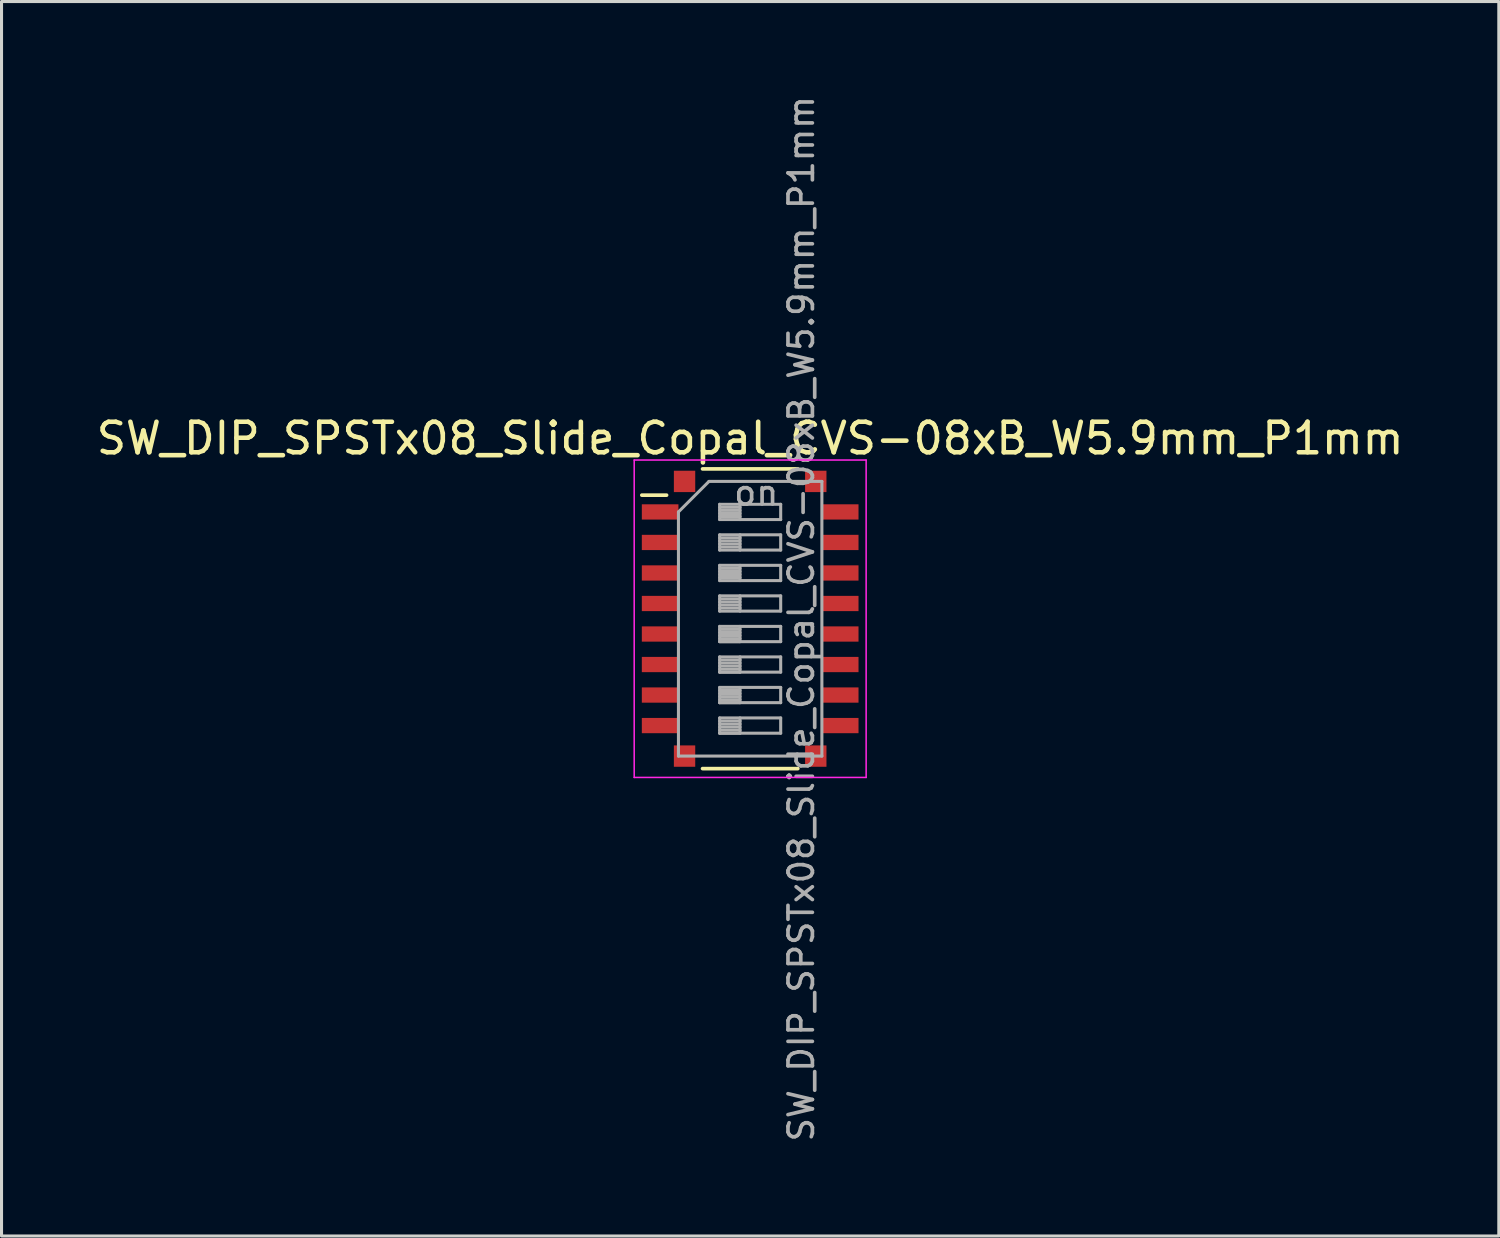
<source format=kicad_pcb>
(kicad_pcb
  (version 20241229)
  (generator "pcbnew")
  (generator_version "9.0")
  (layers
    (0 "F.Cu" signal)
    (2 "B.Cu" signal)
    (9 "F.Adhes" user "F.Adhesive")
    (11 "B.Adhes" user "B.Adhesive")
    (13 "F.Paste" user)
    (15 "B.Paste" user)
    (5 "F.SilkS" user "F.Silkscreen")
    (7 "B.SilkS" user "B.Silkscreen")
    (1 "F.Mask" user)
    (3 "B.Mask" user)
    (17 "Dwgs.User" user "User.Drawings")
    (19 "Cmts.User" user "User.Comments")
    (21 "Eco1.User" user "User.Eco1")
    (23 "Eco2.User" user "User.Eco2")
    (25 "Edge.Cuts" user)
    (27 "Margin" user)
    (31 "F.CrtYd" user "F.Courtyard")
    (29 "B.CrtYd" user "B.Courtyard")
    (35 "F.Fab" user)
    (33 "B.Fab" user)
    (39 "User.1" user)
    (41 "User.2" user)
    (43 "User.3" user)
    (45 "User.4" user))
  (footprint "SW_DIP_SPSTx08_Slide_Copal_CVS-08xB_W5.9mm_P1mm"
    (layer "F.Cu")
    (at 21.53 17.224)
    (property "Reference" "SW_DIP_SPSTx08_Slide_Copal_CVS-08xB_W5.9mm_P1mm" (at 0 -5.91 0) (layer "F.SilkS") (effects (font (size 1 1) (thickness 0.15))))
    (attr smd)
    (fp_line (start -3.55 -4.05) (end -2.739 -4.05) (stroke (width 0.12) (type solid)) (layer "F.SilkS"))
    (fp_line (start -1.56 -4.91) (end 1.561 -4.91) (stroke (width 0.12) (type solid)) (layer "F.SilkS"))
    (fp_line (start -1.56 4.91) (end 1.561 4.91) (stroke (width 0.12) (type solid)) (layer "F.SilkS"))
    (fp_line (start -3.8 -5.2) (end -3.8 5.2) (stroke (width 0.05) (type solid)) (layer "F.CrtYd"))
    (fp_line (start -3.8 5.2) (end 3.8 5.2) (stroke (width 0.05) (type solid)) (layer "F.CrtYd"))
    (fp_line (start 3.8 -5.2) (end -3.8 -5.2) (stroke (width 0.05) (type solid)) (layer "F.CrtYd"))
    (fp_line (start 3.8 5.2) (end 3.8 -5.2) (stroke (width 0.05) (type solid)) (layer "F.CrtYd"))
    (fp_line (start -2.35 -3.5) (end -1.35 -4.5) (stroke (width 0.1) (type solid)) (layer "F.Fab"))
    (fp_line (start -2.35 4.5) (end -2.35 -3.5) (stroke (width 0.1) (type solid)) (layer "F.Fab"))
    (fp_line (start -1.35 -4.5) (end 2.35 -4.5) (stroke (width 0.1) (type solid)) (layer "F.Fab"))
    (fp_line (start -1 -3.75) (end -1 -3.25) (stroke (width 0.1) (type solid)) (layer "F.Fab"))
    (fp_line (start -1 -3.65) (end -0.333 -3.65) (stroke (width 0.1) (type solid)) (layer "F.Fab"))
    (fp_line (start -1 -3.55) (end -0.333 -3.55) (stroke (width 0.1) (type solid)) (layer "F.Fab"))
    (fp_line (start -1 -3.45) (end -0.333 -3.45) (stroke (width 0.1) (type solid)) (layer "F.Fab"))
    (fp_line (start -1 -3.35) (end -0.333 -3.35) (stroke (width 0.1) (type solid)) (layer "F.Fab"))
    (fp_line (start -1 -3.25) (end 1 -3.25) (stroke (width 0.1) (type solid)) (layer "F.Fab"))
    (fp_line (start -1 -2.75) (end -1 -2.25) (stroke (width 0.1) (type solid)) (layer "F.Fab"))
    (fp_line (start -1 -2.65) (end -0.333 -2.65) (stroke (width 0.1) (type solid)) (layer "F.Fab"))
    (fp_line (start -1 -2.55) (end -0.333 -2.55) (stroke (width 0.1) (type solid)) (layer "F.Fab"))
    (fp_line (start -1 -2.45) (end -0.333 -2.45) (stroke (width 0.1) (type solid)) (layer "F.Fab"))
    (fp_line (start -1 -2.35) (end -0.333 -2.35) (stroke (width 0.1) (type solid)) (layer "F.Fab"))
    (fp_line (start -1 -2.25) (end 1 -2.25) (stroke (width 0.1) (type solid)) (layer "F.Fab"))
    (fp_line (start -1 -1.75) (end -1 -1.25) (stroke (width 0.1) (type solid)) (layer "F.Fab"))
    (fp_line (start -1 -1.65) (end -0.333 -1.65) (stroke (width 0.1) (type solid)) (layer "F.Fab"))
    (fp_line (start -1 -1.55) (end -0.333 -1.55) (stroke (width 0.1) (type solid)) (layer "F.Fab"))
    (fp_line (start -1 -1.45) (end -0.333 -1.45) (stroke (width 0.1) (type solid)) (layer "F.Fab"))
    (fp_line (start -1 -1.35) (end -0.333 -1.35) (stroke (width 0.1) (type solid)) (layer "F.Fab"))
    (fp_line (start -1 -1.25) (end 1 -1.25) (stroke (width 0.1) (type solid)) (layer "F.Fab"))
    (fp_line (start -1 -0.75) (end -1 -0.25) (stroke (width 0.1) (type solid)) (layer "F.Fab"))
    (fp_line (start -1 -0.65) (end -0.333 -0.65) (stroke (width 0.1) (type solid)) (layer "F.Fab"))
    (fp_line (start -1 -0.55) (end -0.333 -0.55) (stroke (width 0.1) (type solid)) (layer "F.Fab"))
    (fp_line (start -1 -0.45) (end -0.333 -0.45) (stroke (width 0.1) (type solid)) (layer "F.Fab"))
    (fp_line (start -1 -0.35) (end -0.333 -0.35) (stroke (width 0.1) (type solid)) (layer "F.Fab"))
    (fp_line (start -1 -0.25) (end 1 -0.25) (stroke (width 0.1) (type solid)) (layer "F.Fab"))
    (fp_line (start -1 0.25) (end -1 0.75) (stroke (width 0.1) (type solid)) (layer "F.Fab"))
    (fp_line (start -1 0.35) (end -0.333 0.35) (stroke (width 0.1) (type solid)) (layer "F.Fab"))
    (fp_line (start -1 0.45) (end -0.333 0.45) (stroke (width 0.1) (type solid)) (layer "F.Fab"))
    (fp_line (start -1 0.55) (end -0.333 0.55) (stroke (width 0.1) (type solid)) (layer "F.Fab"))
    (fp_line (start -1 0.65) (end -0.333 0.65) (stroke (width 0.1) (type solid)) (layer "F.Fab"))
    (fp_line (start -1 0.75) (end -0.333 0.75) (stroke (width 0.1) (type solid)) (layer "F.Fab"))
    (fp_line (start -1 0.75) (end 1 0.75) (stroke (width 0.1) (type solid)) (layer "F.Fab"))
    (fp_line (start -1 1.25) (end -1 1.75) (stroke (width 0.1) (type solid)) (layer "F.Fab"))
    (fp_line (start -1 1.35) (end -0.333 1.35) (stroke (width 0.1) (type solid)) (layer "F.Fab"))
    (fp_line (start -1 1.45) (end -0.333 1.45) (stroke (width 0.1) (type solid)) (layer "F.Fab"))
    (fp_line (start -1 1.55) (end -0.333 1.55) (stroke (width 0.1) (type solid)) (layer "F.Fab"))
    (fp_line (start -1 1.65) (end -0.333 1.65) (stroke (width 0.1) (type solid)) (layer "F.Fab"))
    (fp_line (start -1 1.75) (end -0.333 1.75) (stroke (width 0.1) (type solid)) (layer "F.Fab"))
    (fp_line (start -1 1.75) (end 1 1.75) (stroke (width 0.1) (type solid)) (layer "F.Fab"))
    (fp_line (start -1 2.25) (end -1 2.75) (stroke (width 0.1) (type solid)) (layer "F.Fab"))
    (fp_line (start -1 2.35) (end -0.333 2.35) (stroke (width 0.1) (type solid)) (layer "F.Fab"))
    (fp_line (start -1 2.45) (end -0.333 2.45) (stroke (width 0.1) (type solid)) (layer "F.Fab"))
    (fp_line (start -1 2.55) (end -0.333 2.55) (stroke (width 0.1) (type solid)) (layer "F.Fab"))
    (fp_line (start -1 2.65) (end -0.333 2.65) (stroke (width 0.1) (type solid)) (layer "F.Fab"))
    (fp_line (start -1 2.75) (end -0.333 2.75) (stroke (width 0.1) (type solid)) (layer "F.Fab"))
    (fp_line (start -1 2.75) (end 1 2.75) (stroke (width 0.1) (type solid)) (layer "F.Fab"))
    (fp_line (start -1 3.25) (end -1 3.75) (stroke (width 0.1) (type solid)) (layer "F.Fab"))
    (fp_line (start -1 3.35) (end -0.333 3.35) (stroke (width 0.1) (type solid)) (layer "F.Fab"))
    (fp_line (start -1 3.45) (end -0.333 3.45) (stroke (width 0.1) (type solid)) (layer "F.Fab"))
    (fp_line (start -1 3.55) (end -0.333 3.55) (stroke (width 0.1) (type solid)) (layer "F.Fab"))
    (fp_line (start -1 3.65) (end -0.333 3.65) (stroke (width 0.1) (type solid)) (layer "F.Fab"))
    (fp_line (start -1 3.75) (end -0.333 3.75) (stroke (width 0.1) (type solid)) (layer "F.Fab"))
    (fp_line (start -1 3.75) (end 1 3.75) (stroke (width 0.1) (type solid)) (layer "F.Fab"))
    (fp_line (start -0.333 -3.75) (end -0.333 -3.25) (stroke (width 0.1) (type solid)) (layer "F.Fab"))
    (fp_line (start -0.333 -2.75) (end -0.333 -2.25) (stroke (width 0.1) (type solid)) (layer "F.Fab"))
    (fp_line (start -0.333 -1.75) (end -0.333 -1.25) (stroke (width 0.1) (type solid)) (layer "F.Fab"))
    (fp_line (start -0.333 -0.75) (end -0.333 -0.25) (stroke (width 0.1) (type solid)) (layer "F.Fab"))
    (fp_line (start -0.333 0.25) (end -0.333 0.75) (stroke (width 0.1) (type solid)) (layer "F.Fab"))
    (fp_line (start -0.333 1.25) (end -0.333 1.75) (stroke (width 0.1) (type solid)) (layer "F.Fab"))
    (fp_line (start -0.333 2.25) (end -0.333 2.75) (stroke (width 0.1) (type solid)) (layer "F.Fab"))
    (fp_line (start -0.333 3.25) (end -0.333 3.75) (stroke (width 0.1) (type solid)) (layer "F.Fab"))
    (fp_line (start 1 -3.75) (end -1 -3.75) (stroke (width 0.1) (type solid)) (layer "F.Fab"))
    (fp_line (start 1 -3.25) (end 1 -3.75) (stroke (width 0.1) (type solid)) (layer "F.Fab"))
    (fp_line (start 1 -2.75) (end -1 -2.75) (stroke (width 0.1) (type solid)) (layer "F.Fab"))
    (fp_line (start 1 -2.25) (end 1 -2.75) (stroke (width 0.1) (type solid)) (layer "F.Fab"))
    (fp_line (start 1 -1.75) (end -1 -1.75) (stroke (width 0.1) (type solid)) (layer "F.Fab"))
    (fp_line (start 1 -1.25) (end 1 -1.75) (stroke (width 0.1) (type solid)) (layer "F.Fab"))
    (fp_line (start 1 -0.75) (end -1 -0.75) (stroke (width 0.1) (type solid)) (layer "F.Fab"))
    (fp_line (start 1 -0.25) (end 1 -0.75) (stroke (width 0.1) (type solid)) (layer "F.Fab"))
    (fp_line (start 1 0.25) (end -1 0.25) (stroke (width 0.1) (type solid)) (layer "F.Fab"))
    (fp_line (start 1 0.75) (end 1 0.25) (stroke (width 0.1) (type solid)) (layer "F.Fab"))
    (fp_line (start 1 1.25) (end -1 1.25) (stroke (width 0.1) (type solid)) (layer "F.Fab"))
    (fp_line (start 1 1.75) (end 1 1.25) (stroke (width 0.1) (type solid)) (layer "F.Fab"))
    (fp_line (start 1 2.25) (end -1 2.25) (stroke (width 0.1) (type solid)) (layer "F.Fab"))
    (fp_line (start 1 2.75) (end 1 2.25) (stroke (width 0.1) (type solid)) (layer "F.Fab"))
    (fp_line (start 1 3.25) (end -1 3.25) (stroke (width 0.1) (type solid)) (layer "F.Fab"))
    (fp_line (start 1 3.75) (end 1 3.25) (stroke (width 0.1) (type solid)) (layer "F.Fab"))
    (fp_line (start 2.35 -4.5) (end 2.35 4.5) (stroke (width 0.1) (type solid)) (layer "F.Fab"))
    (fp_line (start 2.35 4.5) (end -2.35 4.5) (stroke (width 0.1) (type solid)) (layer "F.Fab"))
    (fp_text user "${REFERENCE}" (at 1.675 0 90) (layer "F.Fab") (effects (font (size 0.8 0.8) (thickness 0.12))))
    (fp_text user "on" (at 0.2 -4.125 0) (layer "F.Fab") (effects (font (size 0.8 0.8) (thickness 0.12))))
    (pad "1" smd rect (at -2.95 -3.5) (size 1.2 0.5) (layers "F.Cu" "F.Mask" "F.Paste"))
    (pad "2" smd rect (at -2.95 -2.5) (size 1.2 0.5) (layers "F.Cu" "F.Mask" "F.Paste"))
    (pad "3" smd rect (at -2.95 -1.5) (size 1.2 0.5) (layers "F.Cu" "F.Mask" "F.Paste"))
    (pad "4" smd rect (at -2.95 -0.5) (size 1.2 0.5) (layers "F.Cu" "F.Mask" "F.Paste"))
    (pad "5" smd rect (at -2.95 0.5) (size 1.2 0.5) (layers "F.Cu" "F.Mask" "F.Paste"))
    (pad "6" smd rect (at -2.95 1.5) (size 1.2 0.5) (layers "F.Cu" "F.Mask" "F.Paste"))
    (pad "7" smd rect (at -2.95 2.5) (size 1.2 0.5) (layers "F.Cu" "F.Mask" "F.Paste"))
    (pad "8" smd rect (at -2.95 3.5) (size 1.2 0.5) (layers "F.Cu" "F.Mask" "F.Paste"))
    (pad "9" smd rect (at 2.95 3.5) (size 1.2 0.5) (layers "F.Cu" "F.Mask" "F.Paste"))
    (pad "10" smd rect (at 2.95 2.5) (size 1.2 0.5) (layers "F.Cu" "F.Mask" "F.Paste"))
    (pad "11" smd rect (at 2.95 1.5) (size 1.2 0.5) (layers "F.Cu" "F.Mask" "F.Paste"))
    (pad "12" smd rect (at 2.95 0.5) (size 1.2 0.5) (layers "F.Cu" "F.Mask" "F.Paste"))
    (pad "13" smd rect (at 2.95 -0.5) (size 1.2 0.5) (layers "F.Cu" "F.Mask" "F.Paste"))
    (pad "14" smd rect (at 2.95 -1.5) (size 1.2 0.5) (layers "F.Cu" "F.Mask" "F.Paste"))
    (pad "15" smd rect (at 2.95 -2.5) (size 1.2 0.5) (layers "F.Cu" "F.Mask" "F.Paste"))
    (pad "16" smd rect (at 2.95 -3.5) (size 1.2 0.5) (layers "F.Cu" "F.Mask" "F.Paste"))
    (pad "17" smd rect (at -2.15 -4.5) (size 0.7 0.7) (layers "F.Cu" "F.Mask" "F.Paste"))
    (pad "17" smd rect (at -2.15 4.5) (size 0.7 0.7) (layers "F.Cu" "F.Mask" "F.Paste"))
    (pad "17" smd rect (at 2.15 -4.5) (size 0.7 0.7) (layers "F.Cu" "F.Mask" "F.Paste"))
    (pad "17" smd rect (at 2.15 4.5) (size 0.7 0.7) (layers "F.Cu" "F.Mask" "F.Paste")))
  (gr_rect
    (start -3 -3)
    (end 46.06 37.448)
    (stroke (width 0.1) (type default))
    (fill no)
    (layer "Edge.Cuts")))
</source>
